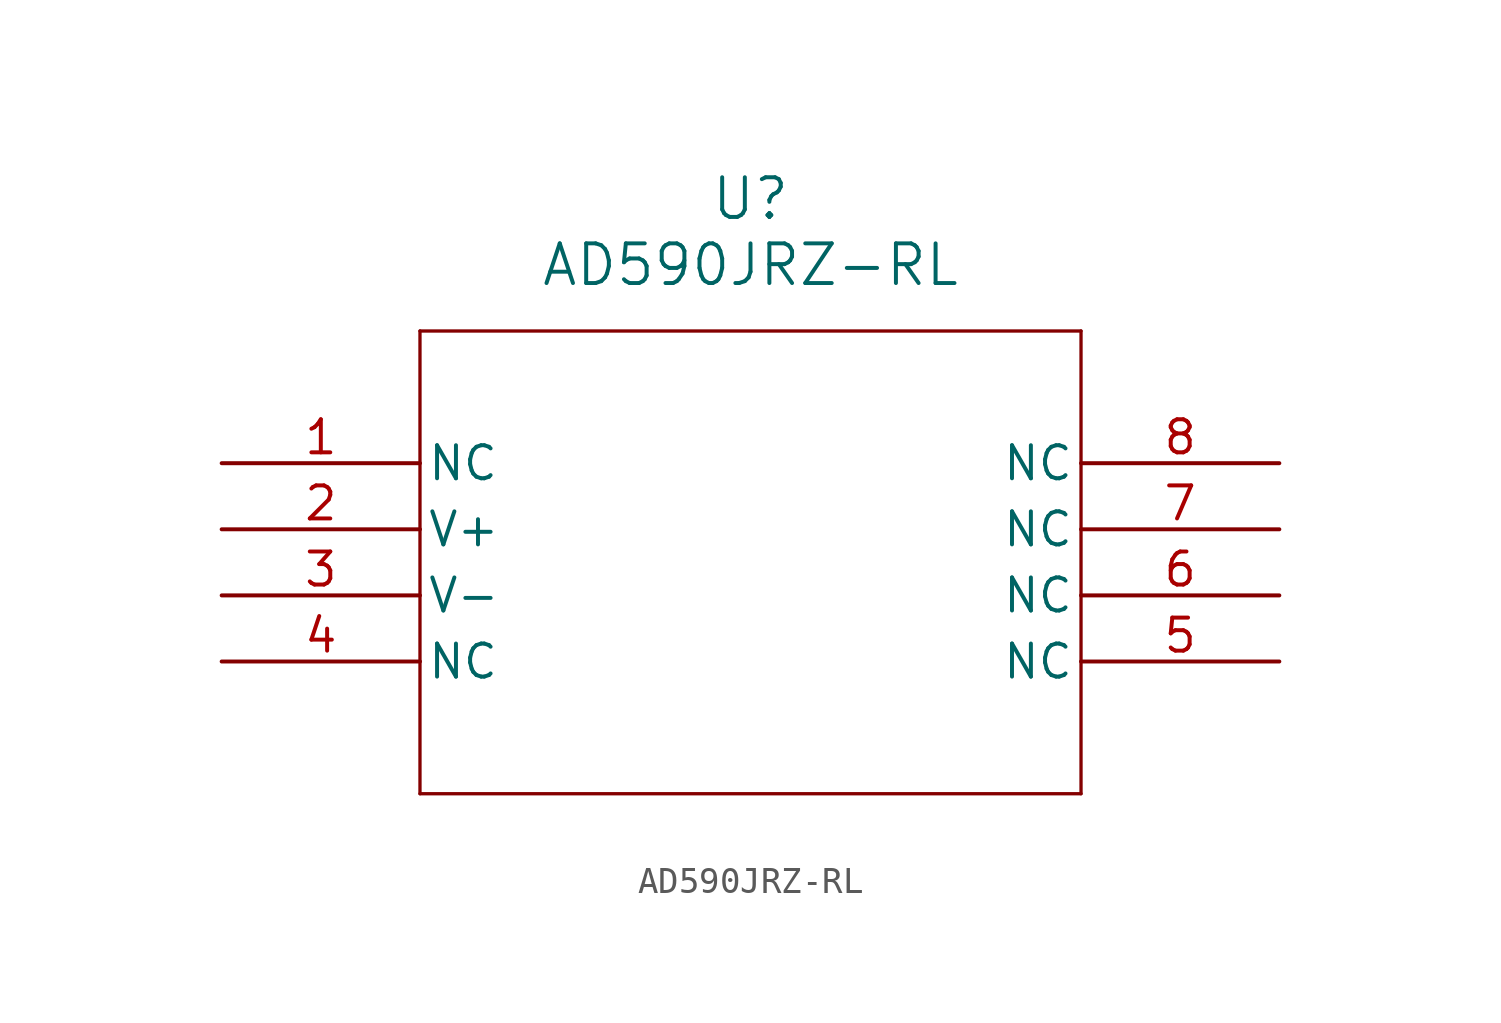
<source format=kicad_sym>
(kicad_symbol_lib
  (version 20211014)
  (generator kicad_symbol_editor)
  (symbol "AD590JRZ-RL"
    (pin_names
      (offset 0.254))
    (property "Reference" "U"
      (at 20.32 10.16 0)
      (effects (font (size 1.524 1.524))))
    (property "Value" "AD590JRZ-RL"
      (at 20.32 7.62 0)
      (effects (font (size 1.524 1.524))))
    (symbol "AD590JRZ-RL_0_1"
      (polyline (pts (xy 7.62 5.08) (xy 7.62 -12.7)) (stroke (width 0.127) (type default) (color 0 0 0 0)) (fill (type none)))
      (polyline (pts (xy 7.62 -12.7) (xy 33.02 -12.7)) (stroke (width 0.127) (type default) (color 0 0 0 0)) (fill (type none)))
      (polyline (pts (xy 33.02 -12.7) (xy 33.02 5.08)) (stroke (width 0.127) (type default) (color 0 0 0 0)) (fill (type none)))
      (polyline (pts (xy 33.02 5.08) (xy 7.62 5.08)) (stroke (width 0.127) (type default) (color 0 0 0 0)) (fill (type none)))
      (pin unspecified line (at 0 0 0) (length 7.62) (name "NC" (effects (font (size 1.27 1.27)))) (number "1" (effects (font (size 1.27 1.27)))))
      (pin unspecified line (at 0 -2.54 0) (length 7.62) (name "V+" (effects (font (size 1.27 1.27)))) (number "2" (effects (font (size 1.27 1.27)))))
      (pin unspecified line (at 0 -5.08 0) (length 7.62) (name "V-" (effects (font (size 1.27 1.27)))) (number "3" (effects (font (size 1.27 1.27)))))
      (pin unspecified line (at 0 -7.62 0) (length 7.62) (name "NC" (effects (font (size 1.27 1.27)))) (number "4" (effects (font (size 1.27 1.27)))))
      (pin unspecified line (at 40.64 -7.62 180) (length 7.62) (name "NC" (effects (font (size 1.27 1.27)))) (number "5" (effects (font (size 1.27 1.27)))))
      (pin unspecified line (at 40.64 -5.08 180) (length 7.62) (name "NC" (effects (font (size 1.27 1.27)))) (number "6" (effects (font (size 1.27 1.27)))))
      (pin unspecified line (at 40.64 -2.54 180) (length 7.62) (name "NC" (effects (font (size 1.27 1.27)))) (number "7" (effects (font (size 1.27 1.27)))))
      (pin unspecified line (at 40.64 0 180) (length 7.62) (name "NC" (effects (font (size 1.27 1.27)))) (number "8" (effects (font (size 1.27 1.27))))))))
</source>
